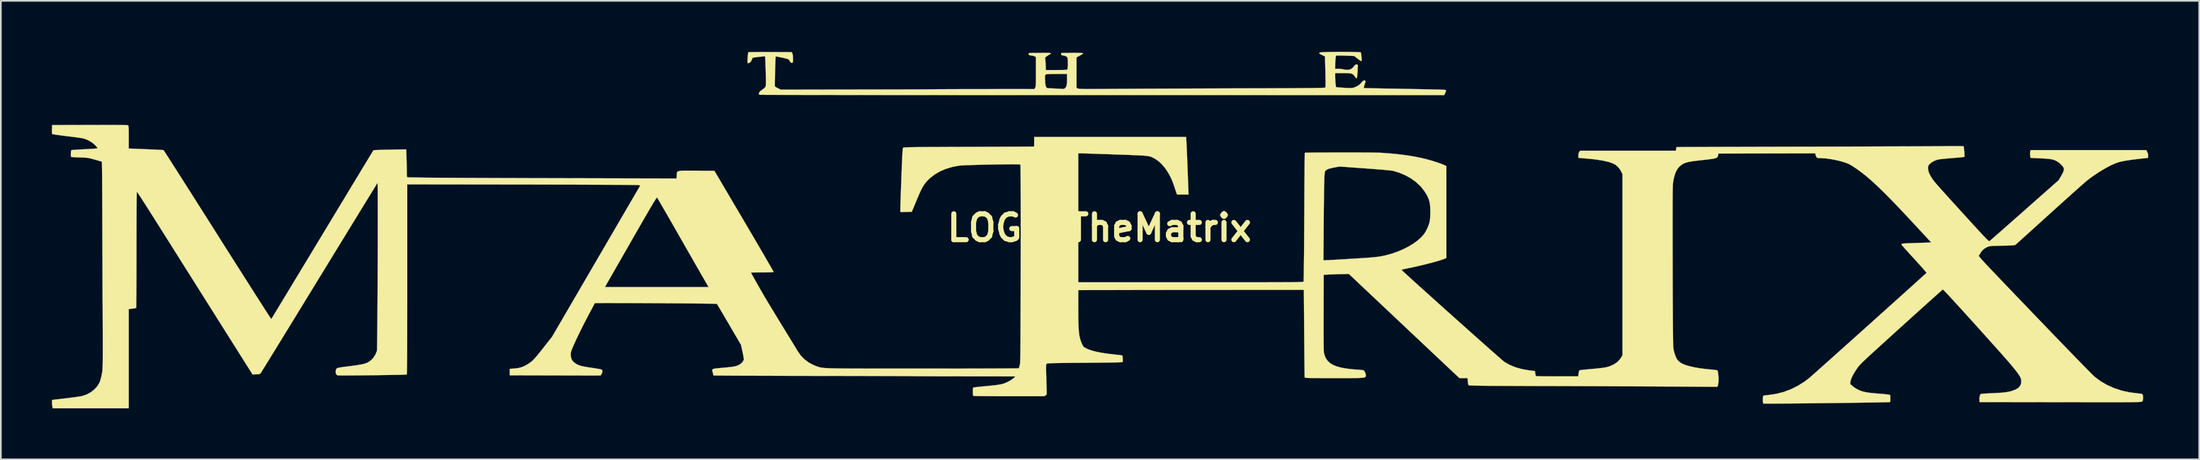
<source format=kicad_pcb>
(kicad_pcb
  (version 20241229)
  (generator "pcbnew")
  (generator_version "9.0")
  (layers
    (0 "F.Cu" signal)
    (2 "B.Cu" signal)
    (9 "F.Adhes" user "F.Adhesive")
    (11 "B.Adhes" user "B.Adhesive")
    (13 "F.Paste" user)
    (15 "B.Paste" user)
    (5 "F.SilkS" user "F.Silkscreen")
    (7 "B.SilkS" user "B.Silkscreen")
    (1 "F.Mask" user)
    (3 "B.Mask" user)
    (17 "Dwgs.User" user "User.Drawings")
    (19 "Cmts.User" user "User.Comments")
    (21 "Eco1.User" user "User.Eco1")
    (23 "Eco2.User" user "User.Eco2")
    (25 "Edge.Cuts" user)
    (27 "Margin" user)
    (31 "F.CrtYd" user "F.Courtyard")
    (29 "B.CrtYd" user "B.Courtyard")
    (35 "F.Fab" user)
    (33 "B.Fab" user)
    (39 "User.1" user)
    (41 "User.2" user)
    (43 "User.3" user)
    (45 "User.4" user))
  (footprint "LOGO_TheMatrix"
    (layer "F.Cu")
    (at 61.621 10.372)
    (property "Reference" "LOGO_TheMatrix" (at 0 0 0) (layer "F.SilkS") (effects (font (size 1.524 1.524) (thickness 0.3))))
    (attr through_hole)
    (fp_poly (pts (xy 14.56 -10.366) (xy 14.759 -10.364) (xy 14.94 -10.36) (xy 15.098 -10.356) (xy 15.227 -10.351) (xy 15.32 -10.344) (xy 15.372 -10.336) (xy 15.38 -10.331) (xy 15.391 -10.283) (xy 15.402 -10.204) (xy 15.412 -10.107) (xy 15.42 -10.007) (xy 15.425 -9.918) (xy 15.425 -9.851) (xy 15.42 -9.823) (xy 15.394 -9.83) (xy 15.337 -9.862) (xy 15.26 -9.916) (xy 15.194 -9.965) (xy 14.987 -10.127) (xy 14.464 -10.146) (xy 14.306 -10.151) (xy 14.165 -10.153) (xy 14.05 -10.154) (xy 13.969 -10.153) (xy 13.928 -10.15) (xy 13.925 -10.149) (xy 13.91 -10.11) (xy 13.897 -10.031) (xy 13.885 -9.922) (xy 13.876 -9.791) (xy 13.871 -9.65) (xy 13.871 -9.608) (xy 13.868 -9.373) (xy 14.04 -9.373) (xy 14.16 -9.367) (xy 14.294 -9.35) (xy 14.391 -9.331) (xy 14.569 -9.306) (xy 14.719 -9.323) (xy 14.845 -9.382) (xy 14.951 -9.486) (xy 14.984 -9.532) (xy 15.036 -9.597) (xy 15.088 -9.624) (xy 15.116 -9.627) (xy 15.171 -9.62) (xy 15.198 -9.607) (xy 15.202 -9.574) (xy 15.201 -9.501) (xy 15.197 -9.401) (xy 15.191 -9.282) (xy 15.182 -9.158) (xy 15.172 -9.037) (xy 15.162 -8.932) (xy 15.152 -8.853) (xy 15.144 -8.811) (xy 15.142 -8.807) (xy 15.118 -8.815) (xy 15.076 -8.856) (xy 15.038 -8.905) (xy 14.985 -8.975) (xy 14.937 -9.028) (xy 14.883 -9.066) (xy 14.818 -9.092) (xy 14.732 -9.107) (xy 14.617 -9.115) (xy 14.465 -9.118) (xy 14.332 -9.119) (xy 13.868 -9.119) (xy 13.869 -8.884) (xy 13.872 -8.765) (xy 13.879 -8.639) (xy 13.889 -8.517) (xy 13.9 -8.412) (xy 13.913 -8.333) (xy 13.925 -8.292) (xy 13.926 -8.29) (xy 13.954 -8.285) (xy 14.025 -8.278) (xy 14.129 -8.27) (xy 14.259 -8.261) (xy 14.388 -8.253) (xy 14.559 -8.244) (xy 14.689 -8.239) (xy 14.786 -8.239) (xy 14.861 -8.244) (xy 14.921 -8.253) (xy 14.969 -8.266) (xy 15.127 -8.329) (xy 15.27 -8.417) (xy 15.382 -8.521) (xy 15.411 -8.559) (xy 15.486 -8.643) (xy 15.564 -8.683) (xy 15.632 -8.678) (xy 15.648 -8.664) (xy 15.65 -8.632) (xy 15.638 -8.572) (xy 15.61 -8.475) (xy 15.605 -8.457) (xy 15.577 -8.362) (xy 15.558 -8.288) (xy 15.55 -8.246) (xy 15.551 -8.24) (xy 15.577 -8.238) (xy 15.651 -8.236) (xy 15.768 -8.232) (xy 15.925 -8.229) (xy 16.118 -8.224) (xy 16.344 -8.219) (xy 16.6 -8.214) (xy 16.88 -8.208) (xy 17.183 -8.203) (xy 17.504 -8.197) (xy 17.84 -8.191) (xy 17.845 -8.191) (xy 18.185 -8.185) (xy 18.512 -8.178) (xy 18.823 -8.172) (xy 19.114 -8.167) (xy 19.381 -8.161) (xy 19.62 -8.156) (xy 19.827 -8.151) (xy 19.999 -8.147) (xy 20.132 -8.143) (xy 20.222 -8.14) (xy 20.263 -8.137) (xy 20.337 -8.125) (xy 20.386 -8.108) (xy 20.396 -8.096) (xy 20.386 -8.058) (xy 20.361 -7.993) (xy 20.341 -7.946) (xy 20.286 -7.823) (xy 0.154 -7.824) (xy -0.856 -7.824) (xy -1.853 -7.824) (xy -2.837 -7.824) (xy -3.806 -7.824) (xy -4.759 -7.824) (xy -5.694 -7.825) (xy -6.611 -7.825) (xy -7.509 -7.825) (xy -8.385 -7.826) (xy -9.24 -7.826) (xy -10.071 -7.827) (xy -10.878 -7.827) (xy -11.658 -7.828) (xy -12.412 -7.828) (xy -13.138 -7.829) (xy -13.835 -7.829) (xy -14.5 -7.83) (xy -15.134 -7.831) (xy -15.735 -7.832) (xy -16.302 -7.832) (xy -16.834 -7.833) (xy -17.328 -7.834) (xy -17.785 -7.835) (xy -18.203 -7.836) (xy -18.581 -7.837) (xy -18.917 -7.837) (xy -19.21 -7.838) (xy -19.46 -7.839) (xy -19.664 -7.84) (xy -19.822 -7.841) (xy -19.933 -7.842) (xy -19.995 -7.843) (xy -20.008 -7.844) (xy -20.029 -7.884) (xy -20.021 -7.946) (xy -19.988 -8.012) (xy -19.972 -8.033) (xy -19.925 -8.074) (xy -19.854 -8.128) (xy -19.797 -8.166) (xy -19.713 -8.23) (xy -19.653 -8.297) (xy -19.637 -8.325) (xy -19.628 -8.358) (xy -19.622 -8.411) (xy -19.618 -8.489) (xy -19.616 -8.597) (xy -19.617 -8.739) (xy -19.621 -8.921) (xy -19.626 -9.146) (xy -19.629 -9.244) (xy -19.635 -9.445) (xy -19.641 -9.631) (xy -19.648 -9.794) (xy -19.654 -9.928) (xy -19.66 -10.028) (xy -19.665 -10.087) (xy -19.668 -10.101) (xy -19.696 -10.103) (xy -19.764 -10.099) (xy -19.86 -10.091) (xy -19.972 -10.08) (xy -20.09 -10.067) (xy -20.203 -10.053) (xy -20.299 -10.04) (xy -20.367 -10.029) (xy -20.395 -10.021) (xy -20.413 -9.992) (xy -20.438 -9.933) (xy -20.447 -9.905) (xy -20.495 -9.809) (xy -20.563 -9.739) (xy -20.639 -9.704) (xy -20.657 -9.703) (xy -20.678 -9.705) (xy -20.692 -9.718) (xy -20.699 -9.749) (xy -20.7 -9.807) (xy -20.697 -9.9) (xy -20.69 -10.014) (xy -20.682 -10.135) (xy -20.672 -10.238) (xy -20.662 -10.311) (xy -20.654 -10.344) (xy -20.653 -10.344) (xy -20.625 -10.348) (xy -20.551 -10.351) (xy -20.435 -10.354) (xy -20.284 -10.356) (xy -20.102 -10.357) (xy -19.893 -10.358) (xy -19.663 -10.358) (xy -19.416 -10.357) (xy -19.366 -10.357) (xy -18.098 -10.351) (xy -18.061 -10.274) (xy -18.042 -10.213) (xy -18.03 -10.122) (xy -18.023 -10.016) (xy -18.022 -9.909) (xy -18.027 -9.815) (xy -18.039 -9.749) (xy -18.05 -9.727) (xy -18.093 -9.715) (xy -18.147 -9.744) (xy -18.203 -9.808) (xy -18.23 -9.853) (xy -18.249 -9.888) (xy -18.271 -9.914) (xy -18.303 -9.935) (xy -18.355 -9.955) (xy -18.433 -9.976) (xy -18.546 -10.003) (xy -18.654 -10.027) (xy -18.786 -10.055) (xy -18.899 -10.078) (xy -18.984 -10.094) (xy -19.034 -10.101) (xy -19.042 -10.1) (xy -19.046 -10.072) (xy -19.051 -10.001) (xy -19.056 -9.893) (xy -19.061 -9.756) (xy -19.067 -9.597) (xy -19.072 -9.422) (xy -19.077 -9.24) (xy -19.082 -9.056) (xy -19.086 -8.879) (xy -19.089 -8.716) (xy -19.091 -8.573) (xy -19.092 -8.458) (xy -19.092 -8.378) (xy -19.09 -8.34) (xy -19.089 -8.338) (xy -19.061 -8.311) (xy -18.999 -8.272) (xy -18.916 -8.229) (xy -18.906 -8.224) (xy -18.736 -8.144) (xy -14.238 -8.152) (xy -13.763 -8.152) (xy -13.301 -8.153) (xy -12.855 -8.154) (xy -12.426 -8.155) (xy -12.019 -8.156) (xy -11.636 -8.157) (xy -11.278 -8.158) (xy -10.949 -8.159) (xy -10.652 -8.16) (xy -10.389 -8.161) (xy -10.162 -8.162) (xy -9.974 -8.163) (xy -9.828 -8.164) (xy -9.727 -8.165) (xy -9.673 -8.166) (xy -9.665 -8.166) (xy -9.63 -8.167) (xy -9.547 -8.168) (xy -9.42 -8.169) (xy -9.253 -8.17) (xy -9.048 -8.171) (xy -8.808 -8.172) (xy -8.538 -8.173) (xy -8.24 -8.174) (xy -7.917 -8.175) (xy -7.574 -8.175) (xy -7.212 -8.176) (xy -6.837 -8.176) (xy -6.705 -8.176) (xy -3.821 -8.179) (xy -3.777 -8.253) (xy -3.766 -8.277) (xy -3.756 -8.31) (xy -3.749 -8.356) (xy -3.743 -8.421) (xy -3.739 -8.51) (xy -3.736 -8.629) (xy -3.735 -8.783) (xy -3.734 -8.86) (xy -3.201 -8.86) (xy -3.197 -8.744) (xy -3.195 -8.697) (xy -3.186 -8.535) (xy -3.171 -8.418) (xy -3.151 -8.337) (xy -3.14 -8.312) (xy -3.108 -8.261) (xy -3.07 -8.236) (xy -3.006 -8.228) (xy -2.977 -8.227) (xy -2.911 -8.224) (xy -2.807 -8.22) (xy -2.677 -8.213) (xy -2.534 -8.206) (xy -2.39 -8.198) (xy -2.258 -8.191) (xy -2.151 -8.184) (xy -2.132 -8.183) (xy -2.06 -8.201) (xy -2.013 -8.236) (xy -1.97 -8.29) (xy -1.94 -8.354) (xy -1.92 -8.436) (xy -1.909 -8.546) (xy -1.905 -8.694) (xy -1.905 -8.752) (xy -1.905 -9.068) (xy -2.51 -9.068) (xy -2.714 -9.067) (xy -2.873 -9.065) (xy -2.991 -9.061) (xy -3.075 -9.055) (xy -3.129 -9.046) (xy -3.159 -9.035) (xy -3.161 -9.034) (xy -3.181 -9.015) (xy -3.193 -8.985) (xy -3.2 -8.937) (xy -3.201 -8.86) (xy -3.734 -8.86) (xy -3.734 -8.977) (xy -3.734 -9.192) (xy -3.734 -10.057) (xy -3.798 -10.099) (xy -3.86 -10.126) (xy -3.948 -10.148) (xy -4.008 -10.157) (xy -4.09 -10.168) (xy -4.133 -10.182) (xy -4.15 -10.205) (xy -4.153 -10.236) (xy -4.153 -10.3) (xy -3.499 -10.306) (xy -3.28 -10.308) (xy -3.103 -10.307) (xy -2.971 -10.304) (xy -2.885 -10.298) (xy -2.847 -10.29) (xy -2.845 -10.288) (xy -2.865 -10.261) (xy -2.916 -10.227) (xy -2.927 -10.221) (xy -3.002 -10.176) (xy -3.083 -10.12) (xy -3.099 -10.109) (xy -3.188 -10.039) (xy -3.171 -9.776) (xy -3.164 -9.652) (xy -3.158 -9.534) (xy -3.154 -9.441) (xy -3.152 -9.404) (xy -3.15 -9.296) (xy -2.532 -9.296) (xy -2.319 -9.297) (xy -2.152 -9.3) (xy -2.029 -9.304) (xy -1.945 -9.311) (xy -1.898 -9.32) (xy -1.885 -9.327) (xy -1.872 -9.364) (xy -1.863 -9.44) (xy -1.857 -9.543) (xy -1.854 -9.66) (xy -1.855 -9.779) (xy -1.859 -9.889) (xy -1.867 -9.976) (xy -1.878 -10.03) (xy -1.88 -10.034) (xy -1.943 -10.101) (xy -2.05 -10.144) (xy -2.134 -10.159) (xy -2.205 -10.171) (xy -2.238 -10.19) (xy -2.248 -10.225) (xy -2.248 -10.236) (xy -2.248 -10.3) (xy -1.615 -10.307) (xy -1.431 -10.308) (xy -1.268 -10.307) (xy -1.134 -10.304) (xy -1.033 -10.3) (xy -0.973 -10.294) (xy -0.958 -10.29) (xy -0.968 -10.267) (xy -1.018 -10.228) (xy -1.105 -10.176) (xy -1.14 -10.156) (xy -1.345 -10.046) (xy -1.346 -9.153) (xy -1.346 -8.261) (xy -1.28 -8.217) (xy -1.266 -8.21) (xy -1.245 -8.203) (xy -1.215 -8.197) (xy -1.173 -8.192) (xy -1.115 -8.189) (xy -1.038 -8.186) (xy -0.938 -8.183) (xy -0.813 -8.182) (xy -0.658 -8.181) (xy -0.471 -8.181) (xy -0.248 -8.182) (xy 0.013 -8.183) (xy 0.318 -8.185) (xy 0.668 -8.188) (xy 0.873 -8.189) (xy 1.116 -8.191) (xy 1.406 -8.192) (xy 1.739 -8.194) (xy 2.111 -8.196) (xy 2.518 -8.198) (xy 2.957 -8.2) (xy 3.424 -8.202) (xy 3.914 -8.204) (xy 4.424 -8.206) (xy 4.95 -8.208) (xy 5.489 -8.21) (xy 6.035 -8.212) (xy 6.586 -8.214) (xy 7.137 -8.216) (xy 7.685 -8.218) (xy 8.103 -8.219) (xy 8.72 -8.221) (xy 9.289 -8.222) (xy 9.811 -8.224) (xy 10.287 -8.226) (xy 10.72 -8.228) (xy 11.112 -8.229) (xy 11.464 -8.231) (xy 11.778 -8.233) (xy 12.056 -8.235) (xy 12.301 -8.237) (xy 12.513 -8.24) (xy 12.695 -8.242) (xy 12.848 -8.245) (xy 12.975 -8.247) (xy 13.077 -8.25) (xy 13.156 -8.253) (xy 13.214 -8.257) (xy 13.253 -8.26) (xy 13.275 -8.264) (xy 13.281 -8.267) (xy 13.29 -8.283) (xy 13.297 -8.316) (xy 13.301 -8.37) (xy 13.304 -8.449) (xy 13.305 -8.558) (xy 13.304 -8.703) (xy 13.3 -8.888) (xy 13.295 -9.117) (xy 13.293 -9.198) (xy 13.271 -10.096) (xy 13.112 -10.176) (xy 13.014 -10.225) (xy 12.957 -10.259) (xy 12.933 -10.283) (xy 12.938 -10.304) (xy 12.965 -10.327) (xy 12.965 -10.327) (xy 13.002 -10.336) (xy 13.081 -10.343) (xy 13.199 -10.35) (xy 13.348 -10.355) (xy 13.522 -10.36) (xy 13.715 -10.363) (xy 13.922 -10.365) (xy 14.136 -10.367) (xy 14.351 -10.367) (xy 14.56 -10.366)) (stroke (width 0.01) (type solid)) (fill yes) (layer "F.SilkS"))
    (fp_poly (pts (xy -58.214 -6.065) (xy -57.917 -6.064) (xy -57.67 -6.062) (xy -57.47 -6.06) (xy -57.319 -6.056) (xy -57.216 -6.052) (xy -57.159 -6.047) (xy -57.149 -6.044) (xy -57.134 -6.034) (xy -57.122 -6.017) (xy -57.114 -5.988) (xy -57.107 -5.94) (xy -57.103 -5.868) (xy -57.101 -5.765) (xy -57.1 -5.626) (xy -57.099 -5.445) (xy -57.099 -5.346) (xy -57.099 -4.674) (xy -57.029 -4.674) (xy -56.979 -4.673) (xy -56.887 -4.67) (xy -56.761 -4.665) (xy -56.608 -4.659) (xy -56.435 -4.652) (xy -56.247 -4.644) (xy -56.053 -4.635) (xy -55.858 -4.626) (xy -55.67 -4.618) (xy -55.495 -4.61) (xy -55.34 -4.602) (xy -55.212 -4.596) (xy -55.118 -4.59) (xy -55.064 -4.587) (xy -55.054 -4.586) (xy -55.038 -4.564) (xy -54.996 -4.501) (xy -54.93 -4.399) (xy -54.84 -4.259) (xy -54.727 -4.084) (xy -54.594 -3.876) (xy -54.441 -3.636) (xy -54.269 -3.367) (xy -54.079 -3.069) (xy -53.874 -2.746) (xy -53.653 -2.399) (xy -53.418 -2.029) (xy -53.171 -1.639) (xy -52.912 -1.231) (xy -52.643 -0.807) (xy -52.365 -0.368) (xy -52.079 0.084) (xy -51.879 0.401) (xy -51.588 0.861) (xy -51.305 1.308) (xy -51.03 1.742) (xy -50.764 2.161) (xy -50.509 2.562) (xy -50.266 2.945) (xy -50.036 3.306) (xy -49.821 3.645) (xy -49.621 3.959) (xy -49.437 4.246) (xy -49.272 4.505) (xy -49.125 4.734) (xy -48.999 4.93) (xy -48.894 5.092) (xy -48.812 5.218) (xy -48.754 5.306) (xy -48.721 5.354) (xy -48.713 5.364) (xy -48.699 5.341) (xy -48.659 5.276) (xy -48.596 5.172) (xy -48.51 5.03) (xy -48.402 4.852) (xy -48.274 4.641) (xy -48.126 4.398) (xy -47.961 4.124) (xy -47.779 3.823) (xy -47.581 3.496) (xy -47.369 3.144) (xy -47.143 2.771) (xy -46.905 2.377) (xy -46.656 1.965) (xy -46.397 1.536) (xy -46.13 1.093) (xy -45.855 0.638) (xy -45.708 0.394) (xy -45.429 -0.067) (xy -45.158 -0.517) (xy -44.894 -0.954) (xy -44.64 -1.375) (xy -44.396 -1.778) (xy -44.164 -2.163) (xy -43.944 -2.526) (xy -43.739 -2.866) (xy -43.548 -3.181) (xy -43.374 -3.47) (xy -43.217 -3.729) (xy -43.078 -3.957) (xy -42.96 -4.153) (xy -42.862 -4.314) (xy -42.786 -4.438) (xy -42.734 -4.524) (xy -42.706 -4.569) (xy -42.702 -4.576) (xy -42.673 -4.58) (xy -42.6 -4.585) (xy -42.487 -4.59) (xy -42.34 -4.596) (xy -42.165 -4.601) (xy -41.968 -4.606) (xy -41.754 -4.611) (xy -41.73 -4.611) (xy -40.775 -4.629) (xy -40.758 -4.089) (xy -40.753 -3.906) (xy -40.749 -3.72) (xy -40.745 -3.544) (xy -40.743 -3.392) (xy -40.742 -3.276) (xy -40.742 -3.272) (xy -40.74 -3.137) (xy -40.733 -3.048) (xy -40.722 -2.999) (xy -40.71 -2.986) (xy -40.679 -2.982) (xy -40.608 -2.979) (xy -40.496 -2.976) (xy -40.343 -2.973) (xy -40.148 -2.97) (xy -39.91 -2.967) (xy -39.629 -2.964) (xy -39.305 -2.961) (xy -38.936 -2.958) (xy -38.523 -2.955) (xy -38.065 -2.953) (xy -37.561 -2.95) (xy -37.011 -2.948) (xy -36.413 -2.945) (xy -35.769 -2.943) (xy -35.076 -2.94) (xy -34.335 -2.938) (xy -33.545 -2.935) (xy -32.706 -2.933) (xy -31.816 -2.931) (xy -31.544 -2.93) (xy -24.873 -2.913) (xy -24.862 -3.098) (xy -24.859 -3.164) (xy -24.856 -3.219) (xy -24.847 -3.264) (xy -24.829 -3.3) (xy -24.798 -3.327) (xy -24.748 -3.347) (xy -24.675 -3.361) (xy -24.576 -3.37) (xy -24.446 -3.374) (xy -24.279 -3.376) (xy -24.073 -3.375) (xy -23.823 -3.373) (xy -23.69 -3.372) (xy -22.647 -3.365) (xy -20.899 -0.398) (xy -20.689 -0.041) (xy -20.486 0.304) (xy -20.293 0.634) (xy -20.109 0.948) (xy -19.938 1.242) (xy -19.779 1.514) (xy -19.636 1.761) (xy -19.509 1.981) (xy -19.399 2.171) (xy -19.309 2.329) (xy -19.239 2.453) (xy -19.192 2.539) (xy -19.168 2.585) (xy -19.165 2.593) (xy -19.194 2.599) (xy -19.268 2.605) (xy -19.38 2.61) (xy -19.526 2.614) (xy -19.698 2.616) (xy -19.839 2.616) (xy -20.016 2.617) (xy -20.175 2.618) (xy -20.309 2.619) (xy -20.412 2.621) (xy -20.477 2.624) (xy -20.498 2.626) (xy -20.486 2.653) (xy -20.451 2.717) (xy -20.398 2.814) (xy -20.329 2.938) (xy -20.248 3.082) (xy -20.158 3.242) (xy -20.062 3.41) (xy -19.964 3.583) (xy -19.866 3.752) (xy -19.773 3.914) (xy -19.687 4.062) (xy -19.648 4.128) (xy -19.576 4.248) (xy -19.482 4.406) (xy -19.368 4.595) (xy -19.239 4.808) (xy -19.099 5.039) (xy -18.951 5.282) (xy -18.799 5.531) (xy -18.647 5.78) (xy -18.593 5.867) (xy -18.45 6.1) (xy -18.313 6.324) (xy -18.184 6.534) (xy -18.066 6.727) (xy -17.962 6.898) (xy -17.874 7.042) (xy -17.806 7.155) (xy -17.759 7.231) (xy -17.743 7.26) (xy -17.566 7.511) (xy -17.351 7.732) (xy -17.101 7.919) (xy -16.82 8.069) (xy -16.635 8.142) (xy -16.591 8.157) (xy -16.55 8.171) (xy -16.511 8.184) (xy -16.471 8.196) (xy -16.428 8.207) (xy -16.381 8.216) (xy -16.327 8.225) (xy -16.264 8.234) (xy -16.19 8.241) (xy -16.103 8.247) (xy -16 8.253) (xy -15.881 8.258) (xy -15.743 8.262) (xy -15.583 8.266) (xy -15.4 8.269) (xy -15.192 8.272) (xy -14.956 8.274) (xy -14.691 8.276) (xy -14.395 8.277) (xy -14.065 8.278) (xy -13.699 8.279) (xy -13.296 8.28) (xy -12.853 8.28) (xy -12.368 8.28) (xy -11.84 8.28) (xy -11.265 8.28) (xy -10.643 8.28) (xy -10.371 8.28) (xy -9.792 8.28) (xy -9.234 8.28) (xy -8.701 8.279) (xy -8.192 8.279) (xy -7.711 8.278) (xy -7.259 8.277) (xy -6.838 8.276) (xy -6.45 8.274) (xy -6.096 8.273) (xy -5.779 8.271) (xy -5.501 8.27) (xy -5.263 8.268) (xy -5.067 8.266) (xy -4.915 8.264) (xy -4.809 8.262) (xy -4.75 8.259) (xy -4.739 8.258) (xy -4.726 8.223) (xy -4.706 8.154) (xy -4.682 8.065) (xy -4.681 8.061) (xy -4.677 8.039) (xy -4.672 8.012) (xy -4.668 7.978) (xy -4.664 7.936) (xy -4.661 7.882) (xy -4.658 7.816) (xy -4.655 7.735) (xy -4.652 7.637) (xy -4.65 7.52) (xy -4.647 7.382) (xy -4.645 7.221) (xy -4.644 7.036) (xy -4.642 6.824) (xy -4.64 6.583) (xy -4.639 6.312) (xy -4.638 6.007) (xy -4.637 5.668) (xy -4.636 5.293) (xy -4.635 4.878) (xy -4.634 4.423) (xy -4.633 3.926) (xy -4.632 3.383) (xy -4.631 2.794) (xy -4.63 2.157) (xy -4.63 2.085) (xy -4.629 1.53) (xy -4.629 0.991) (xy -4.628 0.471) (xy -4.628 -0.03) (xy -4.628 -0.508) (xy -4.629 -0.962) (xy -4.629 -1.39) (xy -4.63 -1.789) (xy -4.631 -2.157) (xy -4.632 -2.492) (xy -4.633 -2.792) (xy -4.634 -3.054) (xy -4.636 -3.278) (xy -4.637 -3.46) (xy -4.639 -3.598) (xy -4.641 -3.691) (xy -4.643 -3.736) (xy -4.644 -3.739) (xy -4.674 -3.744) (xy -4.75 -3.748) (xy -4.867 -3.75) (xy -5.02 -3.751) (xy -5.203 -3.751) (xy -5.413 -3.749) (xy -5.643 -3.747) (xy -5.889 -3.743) (xy -6.146 -3.739) (xy -6.409 -3.734) (xy -6.673 -3.729) (xy -6.933 -3.722) (xy -7.184 -3.716) (xy -7.421 -3.709) (xy -7.638 -3.702) (xy -7.832 -3.695) (xy -7.997 -3.688) (xy -8.128 -3.68) (xy -8.219 -3.673) (xy -8.249 -3.67) (xy -8.657 -3.592) (xy -9.036 -3.478) (xy -9.383 -3.329) (xy -9.696 -3.145) (xy -9.972 -2.928) (xy -10.068 -2.836) (xy -10.158 -2.741) (xy -10.237 -2.648) (xy -10.31 -2.549) (xy -10.38 -2.438) (xy -10.451 -2.309) (xy -10.526 -2.155) (xy -10.61 -1.969) (xy -10.706 -1.745) (xy -10.753 -1.633) (xy -11.036 -0.953) (xy -11.709 -0.938) (xy -11.709 -1.136) (xy -11.708 -1.195) (xy -11.705 -1.301) (xy -11.701 -1.447) (xy -11.695 -1.63) (xy -11.688 -1.844) (xy -11.679 -2.084) (xy -11.67 -2.346) (xy -11.66 -2.625) (xy -11.649 -2.916) (xy -11.646 -3.009) (xy -11.633 -3.349) (xy -11.621 -3.641) (xy -11.611 -3.89) (xy -11.601 -4.098) (xy -11.593 -4.27) (xy -11.585 -4.408) (xy -11.578 -4.515) (xy -11.571 -4.597) (xy -11.563 -4.655) (xy -11.556 -4.694) (xy -11.548 -4.716) (xy -11.543 -4.724) (xy -11.534 -4.729) (xy -11.515 -4.734) (xy -11.485 -4.738) (xy -11.44 -4.742) (xy -11.379 -4.746) (xy -11.3 -4.749) (xy -11.199 -4.752) (xy -11.075 -4.755) (xy -10.925 -4.757) (xy -10.747 -4.76) (xy -10.539 -4.762) (xy -10.298 -4.764) (xy -10.021 -4.766) (xy -9.707 -4.767) (xy -9.354 -4.769) (xy -8.958 -4.771) (xy -8.517 -4.773) (xy -8.03 -4.774) (xy -7.676 -4.775) (xy -7.239 -4.777) (xy -6.817 -4.779) (xy -6.41 -4.78) (xy -6.024 -4.782) (xy -5.66 -4.783) (xy -5.321 -4.785) (xy -5.009 -4.786) (xy -4.729 -4.788) (xy -4.481 -4.789) (xy -4.27 -4.79) (xy -4.098 -4.792) (xy -3.968 -4.793) (xy -3.882 -4.794) (xy -3.844 -4.794) (xy -3.842 -4.795) (xy -3.839 -4.821) (xy -3.837 -4.887) (xy -3.836 -4.983) (xy -3.835 -5.08) (xy -3.835 -5.359) (xy 0.633 -5.359) (xy 5.101 -5.359) (xy 5.116 -5.124) (xy 5.12 -5.052) (xy 5.126 -4.936) (xy 5.133 -4.78) (xy 5.141 -4.591) (xy 5.15 -4.376) (xy 5.16 -4.14) (xy 5.17 -3.889) (xy 5.18 -3.629) (xy 5.182 -3.594) (xy 5.192 -3.336) (xy 5.201 -3.089) (xy 5.21 -2.858) (xy 5.218 -2.649) (xy 5.225 -2.467) (xy 5.231 -2.317) (xy 5.236 -2.207) (xy 5.238 -2.141) (xy 5.238 -2.134) (xy 5.245 -1.968) (xy 4.564 -1.968) (xy 4.457 -2.286) (xy 4.401 -2.453) (xy 4.356 -2.583) (xy 4.318 -2.687) (xy 4.284 -2.774) (xy 4.249 -2.856) (xy 4.209 -2.943) (xy 4.18 -3.004) (xy 4.036 -3.271) (xy 3.869 -3.518) (xy 3.685 -3.737) (xy 3.49 -3.921) (xy 3.29 -4.063) (xy 3.264 -4.078) (xy 3.205 -4.111) (xy 3.152 -4.139) (xy 3.1 -4.164) (xy 3.047 -4.186) (xy 2.988 -4.205) (xy 2.92 -4.221) (xy 2.838 -4.235) (xy 2.739 -4.247) (xy 2.619 -4.258) (xy 2.475 -4.268) (xy 2.302 -4.277) (xy 2.097 -4.287) (xy 1.855 -4.296) (xy 1.574 -4.307) (xy 1.248 -4.318) (xy 0.937 -4.329) (xy 0.629 -4.34) (xy 0.333 -4.35) (xy 0.053 -4.359) (xy -0.207 -4.368) (xy -0.442 -4.376) (xy -0.647 -4.382) (xy -0.819 -4.387) (xy -0.953 -4.391) (xy -1.045 -4.394) (xy -1.086 -4.394) (xy -1.245 -4.394) (xy -1.245 3.2) (xy 5.371 3.2) (xy 6.057 3.2) (xy 6.694 3.2) (xy 7.284 3.2) (xy 7.829 3.2) (xy 8.33 3.2) (xy 8.789 3.2) (xy 9.208 3.199) (xy 9.59 3.199) (xy 9.935 3.198) (xy 10.245 3.197) (xy 10.523 3.197) (xy 10.77 3.195) (xy 10.988 3.194) (xy 11.179 3.193) (xy 11.345 3.191) (xy 11.486 3.19) (xy 11.607 3.188) (xy 11.707 3.185) (xy 11.789 3.183) (xy 11.855 3.18) (xy 11.906 3.177) (xy 11.945 3.174) (xy 11.972 3.171) (xy 11.991 3.167) (xy 12.003 3.163) (xy 12.009 3.158) (xy 12.01 3.156) (xy 12.013 3.125) (xy 12.016 3.046) (xy 12.019 2.921) (xy 12.023 2.753) (xy 12.026 2.543) (xy 12.029 2.294) (xy 12.032 2.009) (xy 12.033 1.905) (xy 13.178 1.905) (xy 13.25 1.905) (xy 13.288 1.903) (xy 13.372 1.899) (xy 13.497 1.892) (xy 13.659 1.883) (xy 13.853 1.872) (xy 14.073 1.859) (xy 14.315 1.845) (xy 14.575 1.829) (xy 14.793 1.816) (xy 15.122 1.796) (xy 15.406 1.778) (xy 15.649 1.762) (xy 15.856 1.747) (xy 16.034 1.733) (xy 16.186 1.719) (xy 16.318 1.704) (xy 16.434 1.688) (xy 16.541 1.671) (xy 16.643 1.652) (xy 16.746 1.631) (xy 16.854 1.606) (xy 16.866 1.603) (xy 17.215 1.507) (xy 17.556 1.387) (xy 17.883 1.247) (xy 18.19 1.09) (xy 18.47 0.92) (xy 18.718 0.739) (xy 18.929 0.551) (xy 19.096 0.36) (xy 19.126 0.318) (xy 19.216 0.168) (xy 19.303 -0.01) (xy 19.376 -0.195) (xy 19.423 -0.347) (xy 19.443 -0.461) (xy 19.457 -0.612) (xy 19.465 -0.787) (xy 19.467 -0.973) (xy 19.463 -1.157) (xy 19.453 -1.326) (xy 19.436 -1.467) (xy 19.435 -1.472) (xy 19.38 -1.677) (xy 19.284 -1.896) (xy 19.151 -2.12) (xy 18.986 -2.342) (xy 18.867 -2.478) (xy 18.615 -2.712) (xy 18.323 -2.922) (xy 17.996 -3.103) (xy 17.64 -3.253) (xy 17.285 -3.362) (xy 17.225 -3.372) (xy 17.119 -3.385) (xy 16.968 -3.401) (xy 16.776 -3.419) (xy 16.546 -3.439) (xy 16.282 -3.46) (xy 15.986 -3.483) (xy 15.662 -3.507) (xy 15.628 -3.509) (xy 14.125 -3.618) (xy 13.817 -3.561) (xy 13.628 -3.522) (xy 13.485 -3.481) (xy 13.381 -3.435) (xy 13.311 -3.384) (xy 13.274 -3.333) (xy 13.266 -3.309) (xy 13.257 -3.27) (xy 13.25 -3.214) (xy 13.243 -3.139) (xy 13.237 -3.042) (xy 13.232 -2.92) (xy 13.227 -2.772) (xy 13.222 -2.594) (xy 13.217 -2.383) (xy 13.213 -2.138) (xy 13.209 -1.856) (xy 13.206 -1.534) (xy 13.202 -1.17) (xy 13.198 -0.762) (xy 13.195 -0.306) (xy 13.193 -0.108) (xy 13.178 1.905) (xy 12.033 1.905) (xy 12.036 1.69) (xy 12.039 1.339) (xy 12.042 0.958) (xy 12.045 0.551) (xy 12.047 0.12) (xy 12.05 -0.334) (xy 12.052 -0.648) (xy 12.054 -1.081) (xy 12.056 -1.5) (xy 12.058 -1.903) (xy 12.061 -2.286) (xy 12.063 -2.646) (xy 12.066 -2.982) (xy 12.068 -3.29) (xy 12.07 -3.567) (xy 12.072 -3.81) (xy 12.074 -4.017) (xy 12.076 -4.185) (xy 12.078 -4.311) (xy 12.08 -4.392) (xy 12.081 -4.425) (xy 12.082 -4.426) (xy 12.108 -4.429) (xy 12.182 -4.432) (xy 12.299 -4.434) (xy 12.456 -4.437) (xy 12.648 -4.439) (xy 12.873 -4.441) (xy 13.127 -4.442) (xy 13.405 -4.443) (xy 13.705 -4.444) (xy 14.022 -4.445) (xy 14.26 -4.445) (xy 14.651 -4.445) (xy 14.995 -4.445) (xy 15.297 -4.444) (xy 15.561 -4.443) (xy 15.791 -4.442) (xy 15.99 -4.44) (xy 16.164 -4.437) (xy 16.316 -4.434) (xy 16.451 -4.43) (xy 16.573 -4.425) (xy 16.685 -4.419) (xy 16.793 -4.412) (xy 16.9 -4.404) (xy 17.01 -4.395) (xy 17.021 -4.394) (xy 17.453 -4.354) (xy 17.844 -4.309) (xy 18.203 -4.259) (xy 18.542 -4.201) (xy 18.869 -4.136) (xy 19.195 -4.06) (xy 19.228 -4.051) (xy 19.413 -4.002) (xy 19.61 -3.944) (xy 19.805 -3.882) (xy 19.988 -3.82) (xy 20.148 -3.762) (xy 20.272 -3.71) (xy 20.293 -3.7) (xy 20.409 -3.645) (xy 20.409 1.765) (xy 20.319 1.807) (xy 20.23 1.843) (xy 20.097 1.887) (xy 19.929 1.939) (xy 19.73 1.995) (xy 19.509 2.055) (xy 19.271 2.116) (xy 19.023 2.178) (xy 18.772 2.237) (xy 18.525 2.294) (xy 18.288 2.345) (xy 18.136 2.376) (xy 18.009 2.402) (xy 17.9 2.426) (xy 17.819 2.446) (xy 17.776 2.461) (xy 17.772 2.463) (xy 17.788 2.482) (xy 17.84 2.532) (xy 17.925 2.612) (xy 18.04 2.718) (xy 18.184 2.85) (xy 18.354 3.005) (xy 18.547 3.18) (xy 18.761 3.374) (xy 18.993 3.583) (xy 19.242 3.807) (xy 19.504 4.043) (xy 19.777 4.289) (xy 20.059 4.542) (xy 20.347 4.801) (xy 20.639 5.062) (xy 20.932 5.325) (xy 21.224 5.586) (xy 21.513 5.844) (xy 21.796 6.097) (xy 22.071 6.342) (xy 22.334 6.576) (xy 22.585 6.799) (xy 22.82 7.007) (xy 23.036 7.199) (xy 23.233 7.372) (xy 23.406 7.525) (xy 23.553 7.654) (xy 23.673 7.758) (xy 23.763 7.835) (xy 23.82 7.882) (xy 23.838 7.895) (xy 24.147 8.067) (xy 24.485 8.205) (xy 24.856 8.309) (xy 25.263 8.38) (xy 25.349 8.391) (xy 25.616 8.421) (xy 25.638 8.548) (xy 25.652 8.627) (xy 25.664 8.688) (xy 25.669 8.706) (xy 25.681 8.713) (xy 25.716 8.72) (xy 25.778 8.725) (xy 25.869 8.729) (xy 25.993 8.732) (xy 26.154 8.735) (xy 26.355 8.736) (xy 26.599 8.737) (xy 26.891 8.738) (xy 26.922 8.738) (xy 28.165 8.738) (xy 28.181 8.617) (xy 28.197 8.506) (xy 28.212 8.436) (xy 28.23 8.397) (xy 28.255 8.377) (xy 28.277 8.371) (xy 28.318 8.365) (xy 28.401 8.356) (xy 28.52 8.343) (xy 28.664 8.329) (xy 28.828 8.314) (xy 28.918 8.306) (xy 29.162 8.283) (xy 29.361 8.263) (xy 29.524 8.245) (xy 29.657 8.227) (xy 29.767 8.208) (xy 29.86 8.188) (xy 29.944 8.165) (xy 30.026 8.138) (xy 30.035 8.134) (xy 30.274 8.026) (xy 30.473 7.887) (xy 30.632 7.716) (xy 30.717 7.582) (xy 30.772 7.48) (xy 30.772 -3.162) (xy 30.705 -3.306) (xy 30.613 -3.461) (xy 30.492 -3.604) (xy 30.358 -3.72) (xy 30.309 -3.751) (xy 30.17 -3.817) (xy 29.986 -3.878) (xy 29.76 -3.935) (xy 29.498 -3.986) (xy 29.204 -4.031) (xy 28.884 -4.068) (xy 28.715 -4.083) (xy 28.181 -4.128) (xy 28.178 -4.267) (xy 28.185 -4.378) (xy 28.212 -4.457) (xy 28.225 -4.477) (xy 28.274 -4.547) (xy 33.908 -4.547) (xy 33.925 -4.649) (xy 33.939 -4.715) (xy 33.953 -4.756) (xy 33.957 -4.761) (xy 33.983 -4.762) (xy 34.058 -4.762) (xy 34.18 -4.763) (xy 34.347 -4.765) (xy 34.556 -4.766) (xy 34.807 -4.767) (xy 35.095 -4.768) (xy 35.421 -4.77) (xy 35.781 -4.771) (xy 36.174 -4.772) (xy 36.597 -4.774) (xy 37.049 -4.775) (xy 37.528 -4.776) (xy 38.031 -4.778) (xy 38.557 -4.779) (xy 39.104 -4.781) (xy 39.669 -4.782) (xy 40.25 -4.783) (xy 40.846 -4.785) (xy 41.237 -4.786) (xy 41.856 -4.787) (xy 42.469 -4.788) (xy 43.074 -4.79) (xy 43.669 -4.791) (xy 44.25 -4.793) (xy 44.816 -4.795) (xy 45.363 -4.796) (xy 45.89 -4.798) (xy 46.394 -4.8) (xy 46.873 -4.801) (xy 47.324 -4.803) (xy 47.744 -4.805) (xy 48.131 -4.806) (xy 48.483 -4.808) (xy 48.798 -4.809) (xy 49.072 -4.811) (xy 49.304 -4.812) (xy 49.49 -4.814) (xy 49.629 -4.815) (xy 49.66 -4.816) (xy 49.955 -4.819) (xy 50.21 -4.82) (xy 50.425 -4.821) (xy 50.596 -4.819) (xy 50.723 -4.816) (xy 50.803 -4.812) (xy 50.835 -4.806) (xy 50.835 -4.806) (xy 50.845 -4.769) (xy 50.855 -4.695) (xy 50.866 -4.598) (xy 50.875 -4.489) (xy 50.882 -4.382) (xy 50.887 -4.287) (xy 50.887 -4.218) (xy 50.882 -4.187) (xy 50.882 -4.187) (xy 50.853 -4.181) (xy 50.78 -4.171) (xy 50.669 -4.159) (xy 50.527 -4.146) (xy 50.362 -4.132) (xy 50.179 -4.117) (xy 50.152 -4.115) (xy 49.959 -4.099) (xy 49.776 -4.082) (xy 49.61 -4.065) (xy 49.471 -4.049) (xy 49.365 -4.034) (xy 49.302 -4.022) (xy 49.301 -4.022) (xy 49.113 -3.953) (xy 48.949 -3.858) (xy 48.83 -3.754) (xy 48.775 -3.685) (xy 48.749 -3.621) (xy 48.743 -3.539) (xy 48.743 -3.537) (xy 48.748 -3.44) (xy 48.765 -3.349) (xy 48.798 -3.253) (xy 48.852 -3.139) (xy 48.926 -3.003) (xy 48.952 -2.959) (xy 48.981 -2.914) (xy 49.017 -2.862) (xy 49.062 -2.803) (xy 49.117 -2.734) (xy 49.185 -2.652) (xy 49.268 -2.555) (xy 49.369 -2.44) (xy 49.488 -2.304) (xy 49.63 -2.146) (xy 49.795 -1.962) (xy 49.986 -1.751) (xy 50.206 -1.509) (xy 50.455 -1.234) (xy 50.686 -0.981) (xy 50.959 -0.681) (xy 51.199 -0.417) (xy 51.41 -0.186) (xy 51.593 0.014) (xy 51.75 0.185) (xy 51.884 0.329) (xy 51.995 0.448) (xy 52.087 0.545) (xy 52.162 0.621) (xy 52.221 0.68) (xy 52.266 0.722) (xy 52.3 0.751) (xy 52.325 0.768) (xy 52.343 0.775) (xy 52.355 0.775) (xy 52.362 0.772) (xy 52.388 0.751) (xy 52.449 0.699) (xy 52.543 0.617) (xy 52.667 0.508) (xy 52.819 0.375) (xy 52.997 0.219) (xy 53.197 0.044) (xy 53.417 -0.15) (xy 53.654 -0.36) (xy 53.907 -0.583) (xy 54.172 -0.816) (xy 54.417 -1.034) (xy 56.422 -2.807) (xy 56.558 -3.033) (xy 56.647 -3.192) (xy 56.706 -3.317) (xy 56.735 -3.416) (xy 56.738 -3.494) (xy 56.735 -3.511) (xy 56.701 -3.58) (xy 56.637 -3.665) (xy 56.551 -3.755) (xy 56.457 -3.837) (xy 56.393 -3.883) (xy 56.303 -3.937) (xy 56.219 -3.981) (xy 56.131 -4.014) (xy 56.031 -4.04) (xy 55.912 -4.06) (xy 55.766 -4.075) (xy 55.584 -4.088) (xy 55.372 -4.099) (xy 54.775 -4.128) (xy 54.753 -4.25) (xy 54.743 -4.361) (xy 54.751 -4.467) (xy 54.753 -4.479) (xy 54.775 -4.585) (xy 61.582 -4.585) (xy 61.64 -4.47) (xy 61.685 -4.343) (xy 61.691 -4.242) (xy 61.684 -4.129) (xy 61.201 -4.074) (xy 60.901 -4.039) (xy 60.646 -4.005) (xy 60.43 -3.973) (xy 60.246 -3.94) (xy 60.089 -3.907) (xy 59.952 -3.871) (xy 59.945 -3.869) (xy 59.756 -3.803) (xy 59.537 -3.706) (xy 59.296 -3.583) (xy 59.041 -3.439) (xy 58.779 -3.278) (xy 58.518 -3.104) (xy 58.265 -2.922) (xy 58.09 -2.786) (xy 58.034 -2.739) (xy 57.943 -2.66) (xy 57.82 -2.553) (xy 57.669 -2.419) (xy 57.492 -2.262) (xy 57.292 -2.083) (xy 57.073 -1.886) (xy 56.836 -1.674) (xy 56.585 -1.448) (xy 56.323 -1.212) (xy 56.053 -0.968) (xy 55.878 -0.81) (xy 55.61 -0.567) (xy 55.352 -0.333) (xy 55.106 -0.11) (xy 54.876 0.098) (xy 54.663 0.29) (xy 54.471 0.464) (xy 54.302 0.617) (xy 54.157 0.747) (xy 54.041 0.852) (xy 53.956 0.929) (xy 53.903 0.976) (xy 53.887 0.991) (xy 53.865 1.002) (xy 53.825 1.012) (xy 53.764 1.02) (xy 53.674 1.026) (xy 53.552 1.032) (xy 53.391 1.036) (xy 53.186 1.041) (xy 53.114 1.042) (xy 52.9 1.047) (xy 52.731 1.051) (xy 52.598 1.055) (xy 52.497 1.061) (xy 52.42 1.068) (xy 52.361 1.077) (xy 52.312 1.089) (xy 52.267 1.104) (xy 52.246 1.112) (xy 52.092 1.192) (xy 51.959 1.298) (xy 51.86 1.417) (xy 51.838 1.457) (xy 51.795 1.534) (xy 51.751 1.598) (xy 51.739 1.613) (xy 51.734 1.62) (xy 51.732 1.628) (xy 51.733 1.64) (xy 51.74 1.656) (xy 51.754 1.679) (xy 51.777 1.71) (xy 51.809 1.75) (xy 51.853 1.802) (xy 51.909 1.866) (xy 51.98 1.944) (xy 52.066 2.038) (xy 52.17 2.149) (xy 52.292 2.279) (xy 52.434 2.43) (xy 52.598 2.603) (xy 52.785 2.799) (xy 52.996 3.02) (xy 53.233 3.268) (xy 53.498 3.545) (xy 53.791 3.851) (xy 54.114 4.189) (xy 54.47 4.559) (xy 54.858 4.964) (xy 55.006 5.118) (xy 55.373 5.501) (xy 55.729 5.871) (xy 56.071 6.227) (xy 56.398 6.566) (xy 56.709 6.888) (xy 57.001 7.19) (xy 57.273 7.471) (xy 57.524 7.729) (xy 57.752 7.963) (xy 57.955 8.171) (xy 58.131 8.351) (xy 58.28 8.501) (xy 58.399 8.62) (xy 58.487 8.706) (xy 58.541 8.758) (xy 58.552 8.767) (xy 58.902 9.027) (xy 59.285 9.249) (xy 59.698 9.432) (xy 60.138 9.575) (xy 60.605 9.678) (xy 61.094 9.739) (xy 61.119 9.741) (xy 61.239 9.753) (xy 61.318 9.771) (xy 61.364 9.806) (xy 61.385 9.864) (xy 61.391 9.955) (xy 61.392 10.006) (xy 61.387 10.104) (xy 61.372 10.167) (xy 61.341 10.211) (xy 61.334 10.217) (xy 61.326 10.223) (xy 61.313 10.228) (xy 61.294 10.232) (xy 61.267 10.237) (xy 61.229 10.24) (xy 61.178 10.244) (xy 61.112 10.247) (xy 61.03 10.249) (xy 60.928 10.251) (xy 60.804 10.253) (xy 60.657 10.255) (xy 60.485 10.256) (xy 60.284 10.257) (xy 60.053 10.258) (xy 59.791 10.258) (xy 59.493 10.258) (xy 59.159 10.258) (xy 58.787 10.258) (xy 58.373 10.258) (xy 57.916 10.257) (xy 57.414 10.256) (xy 56.865 10.256) (xy 56.534 10.255) (xy 51.778 10.249) (xy 51.77 10.147) (xy 51.768 10.036) (xy 51.78 9.928) (xy 51.802 9.839) (xy 51.823 9.797) (xy 51.841 9.784) (xy 51.875 9.773) (xy 51.931 9.764) (xy 52.016 9.756) (xy 52.133 9.748) (xy 52.29 9.739) (xy 52.492 9.73) (xy 52.514 9.729) (xy 52.779 9.716) (xy 53 9.703) (xy 53.185 9.687) (xy 53.342 9.668) (xy 53.477 9.644) (xy 53.598 9.616) (xy 53.713 9.583) (xy 53.73 9.577) (xy 53.918 9.501) (xy 54.059 9.411) (xy 54.156 9.305) (xy 54.212 9.179) (xy 54.228 9.037) (xy 54.227 8.989) (xy 54.221 8.94) (xy 54.21 8.89) (xy 54.192 8.835) (xy 54.164 8.775) (xy 54.127 8.706) (xy 54.077 8.628) (xy 54.014 8.537) (xy 53.936 8.433) (xy 53.841 8.312) (xy 53.727 8.174) (xy 53.593 8.015) (xy 53.438 7.834) (xy 53.259 7.629) (xy 53.055 7.398) (xy 52.825 7.139) (xy 52.566 6.85) (xy 52.278 6.528) (xy 51.959 6.173) (xy 51.712 5.898) (xy 51.416 5.569) (xy 51.136 5.261) (xy 50.876 4.973) (xy 50.636 4.709) (xy 50.417 4.469) (xy 50.221 4.255) (xy 50.05 4.07) (xy 49.905 3.913) (xy 49.788 3.789) (xy 49.699 3.697) (xy 49.642 3.639) (xy 49.616 3.617) (xy 49.615 3.617) (xy 49.593 3.636) (xy 49.535 3.686) (xy 49.444 3.767) (xy 49.322 3.875) (xy 49.172 4.01) (xy 48.995 4.168) (xy 48.794 4.348) (xy 48.572 4.549) (xy 48.33 4.767) (xy 48.071 5.001) (xy 47.796 5.248) (xy 47.509 5.508) (xy 47.212 5.777) (xy 47.169 5.816) (xy 46.818 6.134) (xy 46.502 6.42) (xy 46.22 6.677) (xy 45.969 6.905) (xy 45.747 7.106) (xy 45.553 7.284) (xy 45.384 7.439) (xy 45.238 7.573) (xy 45.114 7.689) (xy 45.008 7.789) (xy 44.919 7.874) (xy 44.846 7.946) (xy 44.785 8.008) (xy 44.735 8.061) (xy 44.693 8.108) (xy 44.658 8.149) (xy 44.628 8.188) (xy 44.6 8.226) (xy 44.575 8.262) (xy 44.431 8.48) (xy 44.317 8.678) (xy 44.236 8.851) (xy 44.188 8.994) (xy 44.178 9.054) (xy 44.164 9.185) (xy 44.301 9.306) (xy 44.397 9.38) (xy 44.514 9.457) (xy 44.615 9.514) (xy 44.727 9.565) (xy 44.841 9.608) (xy 44.964 9.643) (xy 45.103 9.673) (xy 45.266 9.698) (xy 45.461 9.721) (xy 45.695 9.742) (xy 45.845 9.754) (xy 46.045 9.771) (xy 46.214 9.786) (xy 46.35 9.801) (xy 46.447 9.815) (xy 46.5 9.827) (xy 46.508 9.831) (xy 46.52 9.874) (xy 46.527 9.947) (xy 46.53 10.036) (xy 46.529 10.125) (xy 46.523 10.199) (xy 46.513 10.243) (xy 46.51 10.248) (xy 46.48 10.251) (xy 46.404 10.254) (xy 46.283 10.258) (xy 46.123 10.261) (xy 45.925 10.266) (xy 45.694 10.27) (xy 45.433 10.275) (xy 45.145 10.279) (xy 44.835 10.284) (xy 44.504 10.289) (xy 44.157 10.294) (xy 43.798 10.298) (xy 43.429 10.303) (xy 43.054 10.308) (xy 42.677 10.312) (xy 42.3 10.316) (xy 41.928 10.32) (xy 41.564 10.324) (xy 41.211 10.327) (xy 40.873 10.33) (xy 40.553 10.333) (xy 40.254 10.335) (xy 39.981 10.337) (xy 39.736 10.338) (xy 39.523 10.339) (xy 39.346 10.339) (xy 39.207 10.338) (xy 39.11 10.337) (xy 39.06 10.335) (xy 39.053 10.334) (xy 39.039 10.296) (xy 39.031 10.224) (xy 39.028 10.132) (xy 39.029 10.037) (xy 39.035 9.952) (xy 39.046 9.896) (xy 39.053 9.882) (xy 39.087 9.87) (xy 39.162 9.856) (xy 39.264 9.842) (xy 39.383 9.83) (xy 39.816 9.767) (xy 40.247 9.656) (xy 40.669 9.498) (xy 41.077 9.297) (xy 41.466 9.054) (xy 41.732 8.854) (xy 41.769 8.823) (xy 41.84 8.76) (xy 41.944 8.669) (xy 42.078 8.55) (xy 42.239 8.407) (xy 42.425 8.24) (xy 42.635 8.053) (xy 42.865 7.847) (xy 43.114 7.625) (xy 43.379 7.387) (xy 43.658 7.138) (xy 43.948 6.878) (xy 44.248 6.609) (xy 44.555 6.334) (xy 44.866 6.055) (xy 45.18 5.773) (xy 45.493 5.492) (xy 45.805 5.212) (xy 46.112 4.936) (xy 46.412 4.666) (xy 46.703 4.405) (xy 46.983 4.153) (xy 47.249 3.914) (xy 47.499 3.688) (xy 47.731 3.48) (xy 47.942 3.289) (xy 48.13 3.119) (xy 48.293 2.972) (xy 48.429 2.849) (xy 48.534 2.753) (xy 48.608 2.685) (xy 48.647 2.649) (xy 48.653 2.642) (xy 48.64 2.619) (xy 48.595 2.563) (xy 48.523 2.477) (xy 48.427 2.366) (xy 48.31 2.234) (xy 48.176 2.085) (xy 48.028 1.922) (xy 47.945 1.831) (xy 47.789 1.662) (xy 47.644 1.502) (xy 47.513 1.357) (xy 47.399 1.231) (xy 47.307 1.127) (xy 47.24 1.05) (xy 47.202 1.004) (xy 47.195 0.994) (xy 47.183 0.952) (xy 47.211 0.927) (xy 47.213 0.926) (xy 47.249 0.921) (xy 47.329 0.914) (xy 47.446 0.907) (xy 47.593 0.9) (xy 47.763 0.893) (xy 47.949 0.887) (xy 47.981 0.886) (xy 48.174 0.88) (xy 48.355 0.874) (xy 48.518 0.869) (xy 48.654 0.864) (xy 48.755 0.86) (xy 48.815 0.858) (xy 48.818 0.858) (xy 48.931 0.851) (xy 47.919 -0.241) (xy 47.528 -0.661) (xy 47.168 -1.045) (xy 46.835 -1.394) (xy 46.527 -1.712) (xy 46.243 -2) (xy 45.979 -2.26) (xy 45.733 -2.496) (xy 45.502 -2.709) (xy 45.284 -2.902) (xy 45.076 -3.077) (xy 44.877 -3.236) (xy 44.683 -3.381) (xy 44.492 -3.516) (xy 44.301 -3.642) (xy 44.183 -3.715) (xy 44.053 -3.781) (xy 43.882 -3.846) (xy 43.68 -3.909) (xy 43.455 -3.968) (xy 43.218 -4.019) (xy 42.978 -4.061) (xy 42.744 -4.093) (xy 42.527 -4.111) (xy 42.402 -4.114) (xy 42.296 -4.117) (xy 42.229 -4.131) (xy 42.187 -4.164) (xy 42.157 -4.224) (xy 42.137 -4.286) (xy 42.105 -4.394) (xy 36.413 -4.381) (xy 36.392 -4.279) (xy 36.38 -4.229) (xy 36.363 -4.189) (xy 36.334 -4.155) (xy 36.289 -4.127) (xy 36.224 -4.103) (xy 36.132 -4.082) (xy 36.008 -4.062) (xy 35.848 -4.04) (xy 35.647 -4.017) (xy 35.466 -3.997) (xy 35.205 -3.968) (xy 34.989 -3.941) (xy 34.812 -3.915) (xy 34.667 -3.889) (xy 34.548 -3.86) (xy 34.45 -3.828) (xy 34.366 -3.792) (xy 34.29 -3.749) (xy 34.241 -3.716) (xy 34.108 -3.604) (xy 33.999 -3.469) (xy 33.909 -3.303) (xy 33.836 -3.102) (xy 33.776 -2.858) (xy 33.764 -2.794) (xy 33.756 -2.748) (xy 33.749 -2.699) (xy 33.743 -2.642) (xy 33.737 -2.575) (xy 33.733 -2.494) (xy 33.729 -2.395) (xy 33.726 -2.275) (xy 33.724 -2.131) (xy 33.722 -1.959) (xy 33.721 -1.755) (xy 33.72 -1.517) (xy 33.719 -1.24) (xy 33.719 -0.921) (xy 33.719 -0.557) (xy 33.718 -0.33) (xy 33.719 0.273) (xy 33.719 0.864) (xy 33.72 1.441) (xy 33.721 2.003) (xy 33.722 2.546) (xy 33.723 3.069) (xy 33.725 3.569) (xy 33.726 4.045) (xy 33.728 4.493) (xy 33.731 4.913) (xy 33.733 5.302) (xy 33.735 5.657) (xy 33.738 5.977) (xy 33.741 6.259) (xy 33.744 6.502) (xy 33.747 6.703) (xy 33.75 6.859) (xy 33.753 6.97) (xy 33.756 7.032) (xy 33.757 7.036) (xy 33.782 7.193) (xy 33.824 7.358) (xy 33.877 7.517) (xy 33.936 7.655) (xy 33.996 7.757) (xy 33.997 7.758) (xy 34.115 7.88) (xy 34.269 7.981) (xy 34.464 8.064) (xy 34.52 8.083) (xy 34.752 8.148) (xy 35.002 8.204) (xy 35.278 8.253) (xy 35.589 8.294) (xy 35.941 8.331) (xy 35.972 8.334) (xy 36.101 8.347) (xy 36.213 8.359) (xy 36.296 8.371) (xy 36.342 8.38) (xy 36.347 8.382) (xy 36.371 8.421) (xy 36.39 8.501) (xy 36.405 8.611) (xy 36.414 8.739) (xy 36.418 8.876) (xy 36.417 9.01) (xy 36.409 9.132) (xy 36.394 9.231) (xy 36.374 9.294) (xy 36.343 9.352) (xy 34.167 9.337) (xy 33.914 9.335) (xy 33.613 9.334) (xy 33.27 9.332) (xy 32.888 9.33) (xy 32.471 9.328) (xy 32.023 9.326) (xy 31.548 9.324) (xy 31.05 9.322) (xy 30.532 9.32) (xy 30 9.318) (xy 29.456 9.316) (xy 28.906 9.314) (xy 28.352 9.312) (xy 27.798 9.31) (xy 27.25 9.308) (xy 26.873 9.307) (xy 26.26 9.305) (xy 25.696 9.304) (xy 25.179 9.302) (xy 24.707 9.3) (xy 24.278 9.298) (xy 23.89 9.297) (xy 23.541 9.295) (xy 23.23 9.293) (xy 22.955 9.291) (xy 22.713 9.289) (xy 22.503 9.287) (xy 22.322 9.284) (xy 22.17 9.282) (xy 22.043 9.279) (xy 21.94 9.276) (xy 21.859 9.273) (xy 21.799 9.27) (xy 21.757 9.266) (xy 21.731 9.262) (xy 21.72 9.258) (xy 21.72 9.258) (xy 21.698 9.213) (xy 21.681 9.127) (xy 21.672 9.031) (xy 21.66 8.839) (xy 21.422 8.839) (xy 21.184 8.839) (xy 21.011 8.68) (xy 20.974 8.646) (xy 20.902 8.578) (xy 20.797 8.48) (xy 20.661 8.352) (xy 20.497 8.197) (xy 20.306 8.017) (xy 20.09 7.814) (xy 19.852 7.59) (xy 19.593 7.346) (xy 19.316 7.085) (xy 19.023 6.808) (xy 18.715 6.518) (xy 18.395 6.217) (xy 18.065 5.905) (xy 17.756 5.613) (xy 14.673 2.705) (xy 14.252 2.715) (xy 14.078 2.719) (xy 13.89 2.725) (xy 13.709 2.732) (xy 13.554 2.738) (xy 13.513 2.74) (xy 13.195 2.756) (xy 13.189 4.991) (xy 13.188 5.441) (xy 13.187 5.845) (xy 13.188 6.203) (xy 13.189 6.514) (xy 13.191 6.777) (xy 13.194 6.992) (xy 13.197 7.159) (xy 13.202 7.276) (xy 13.207 7.343) (xy 13.208 7.353) (xy 13.262 7.541) (xy 13.341 7.706) (xy 13.45 7.848) (xy 13.59 7.97) (xy 13.765 8.072) (xy 13.977 8.156) (xy 14.229 8.224) (xy 14.523 8.277) (xy 14.863 8.317) (xy 15.057 8.333) (xy 15.198 8.343) (xy 15.325 8.353) (xy 15.427 8.362) (xy 15.495 8.369) (xy 15.513 8.372) (xy 15.565 8.404) (xy 15.614 8.472) (xy 15.652 8.56) (xy 15.671 8.653) (xy 15.672 8.674) (xy 15.672 8.705) (xy 15.669 8.732) (xy 15.661 8.755) (xy 15.643 8.775) (xy 15.613 8.791) (xy 15.567 8.804) (xy 15.502 8.815) (xy 15.413 8.823) (xy 15.299 8.829) (xy 15.154 8.833) (xy 14.977 8.836) (xy 14.763 8.838) (xy 14.509 8.839) (xy 14.212 8.839) (xy 13.868 8.839) (xy 13.792 8.839) (xy 13.442 8.839) (xy 13.14 8.838) (xy 12.883 8.837) (xy 12.668 8.836) (xy 12.491 8.834) (xy 12.35 8.831) (xy 12.242 8.827) (xy 12.164 8.823) (xy 12.113 8.818) (xy 12.085 8.812) (xy 12.078 8.807) (xy 12.076 8.778) (xy 12.074 8.701) (xy 12.072 8.581) (xy 12.07 8.42) (xy 12.067 8.222) (xy 12.064 7.99) (xy 12.061 7.728) (xy 12.058 7.439) (xy 12.055 7.128) (xy 12.052 6.796) (xy 12.049 6.448) (xy 12.047 6.21) (xy 12.027 3.645) (xy 8.534 3.645) (xy 8.041 3.645) (xy 7.513 3.646) (xy 6.957 3.646) (xy 6.381 3.646) (xy 5.792 3.647) (xy 5.2 3.647) (xy 4.61 3.648) (xy 4.031 3.648) (xy 3.471 3.649) (xy 2.937 3.65) (xy 2.437 3.651) (xy 1.979 3.651) (xy 1.899 3.652) (xy -1.245 3.658) (xy -1.244 4.769) (xy -1.243 5.109) (xy -1.24 5.403) (xy -1.234 5.657) (xy -1.225 5.876) (xy -1.211 6.064) (xy -1.194 6.226) (xy -1.171 6.369) (xy -1.143 6.496) (xy -1.108 6.613) (xy -1.067 6.725) (xy -1.018 6.838) (xy -1.005 6.864) (xy -0.967 6.94) (xy -0.929 6.992) (xy -0.877 7.033) (xy -0.798 7.077) (xy -0.754 7.099) (xy -0.582 7.172) (xy -0.374 7.238) (xy -0.128 7.298) (xy 0.16 7.353) (xy 0.492 7.403) (xy 0.872 7.448) (xy 0.938 7.455) (xy 1.074 7.47) (xy 1.193 7.484) (xy 1.284 7.496) (xy 1.339 7.505) (xy 1.351 7.509) (xy 1.361 7.538) (xy 1.368 7.605) (xy 1.372 7.696) (xy 1.372 7.708) (xy 1.372 7.895) (xy 1.187 7.909) (xy 1.133 7.912) (xy 1.032 7.914) (xy 0.889 7.917) (xy 0.709 7.92) (xy 0.494 7.923) (xy 0.25 7.926) (xy -0.02 7.929) (xy -0.31 7.932) (xy -0.616 7.935) (xy -0.935 7.938) (xy -1.029 7.939) (xy -1.4 7.941) (xy -1.723 7.944) (xy -2.002 7.947) (xy -2.241 7.949) (xy -2.441 7.952) (xy -2.608 7.955) (xy -2.743 7.958) (xy -2.851 7.962) (xy -2.935 7.966) (xy -2.997 7.97) (xy -3.042 7.975) (xy -3.073 7.981) (xy -3.092 7.988) (xy -3.104 7.996) (xy -3.104 7.996) (xy -3.116 8.011) (xy -3.125 8.032) (xy -3.131 8.066) (xy -3.135 8.117) (xy -3.137 8.19) (xy -3.137 8.292) (xy -3.135 8.426) (xy -3.131 8.599) (xy -3.124 8.815) (xy -3.121 8.915) (xy -3.095 9.791) (xy -3.162 9.849) (xy -3.229 9.906) (xy -5.278 9.905) (xy -5.598 9.905) (xy -5.903 9.905) (xy -6.191 9.904) (xy -6.457 9.902) (xy -6.697 9.901) (xy -6.908 9.899) (xy -7.086 9.897) (xy -7.225 9.895) (xy -7.324 9.893) (xy -7.377 9.891) (xy -7.385 9.89) (xy -7.412 9.88) (xy -7.429 9.859) (xy -7.438 9.819) (xy -7.441 9.748) (xy -7.442 9.637) (xy -7.442 9.637) (xy -7.441 9.526) (xy -7.438 9.455) (xy -7.429 9.415) (xy -7.412 9.396) (xy -7.386 9.387) (xy -7.385 9.387) (xy -7.344 9.381) (xy -7.26 9.371) (xy -7.142 9.359) (xy -6.998 9.344) (xy -6.837 9.328) (xy -6.769 9.322) (xy -6.521 9.298) (xy -6.318 9.278) (xy -6.152 9.259) (xy -6.016 9.242) (xy -5.905 9.225) (xy -5.812 9.208) (xy -5.73 9.189) (xy -5.653 9.167) (xy -5.612 9.155) (xy -5.493 9.109) (xy -5.361 9.044) (xy -5.229 8.969) (xy -5.11 8.891) (xy -5.02 8.819) (xy -4.994 8.792) (xy -4.945 8.738) (xy -7.864 8.735) (xy -8.247 8.734) (xy -8.616 8.734) (xy -8.97 8.733) (xy -9.304 8.733) (xy -9.615 8.732) (xy -9.9 8.731) (xy -10.156 8.73) (xy -10.379 8.729) (xy -10.565 8.728) (xy -10.712 8.727) (xy -10.816 8.726) (xy -10.874 8.725) (xy -10.884 8.725) (xy -10.919 8.724) (xy -11.003 8.723) (xy -11.132 8.722) (xy -11.305 8.721) (xy -11.519 8.72) (xy -11.77 8.719) (xy -12.057 8.718) (xy -12.378 8.717) (xy -12.728 8.716) (xy -13.107 8.715) (xy -13.512 8.713) (xy -13.939 8.712) (xy -14.387 8.711) (xy -14.853 8.71) (xy -15.335 8.709) (xy -15.829 8.709) (xy -15.85 8.709) (xy -16.359 8.708) (xy -16.865 8.707) (xy -17.364 8.706) (xy -17.851 8.705) (xy -18.326 8.704) (xy -18.783 8.703) (xy -19.221 8.701) (xy -19.635 8.7) (xy -20.023 8.699) (xy -20.381 8.698) (xy -20.707 8.697) (xy -20.997 8.696) (xy -21.248 8.695) (xy -21.456 8.694) (xy -21.619 8.693) (xy -21.706 8.693) (xy -22.698 8.686) (xy -22.732 8.553) (xy -22.753 8.473) (xy -22.769 8.414) (xy -22.775 8.394) (xy -22.77 8.355) (xy -22.753 8.324) (xy -22.734 8.309) (xy -22.699 8.296) (xy -22.64 8.283) (xy -22.553 8.271) (xy -22.43 8.257) (xy -22.267 8.241) (xy -22.14 8.23) (xy -21.92 8.21) (xy -21.743 8.191) (xy -21.602 8.174) (xy -21.49 8.156) (xy -21.399 8.136) (xy -21.323 8.112) (xy -21.254 8.085) (xy -21.205 8.062) (xy -21.103 7.996) (xy -21.012 7.909) (xy -20.945 7.817) (xy -20.917 7.749) (xy -20.918 7.702) (xy -20.929 7.617) (xy -20.948 7.502) (xy -20.975 7.367) (xy -20.994 7.28) (xy -21.084 6.876) (xy -21.783 5.68) (xy -21.915 5.455) (xy -22.039 5.243) (xy -22.154 5.048) (xy -22.256 4.875) (xy -22.343 4.727) (xy -22.414 4.608) (xy -22.465 4.523) (xy -22.494 4.476) (xy -22.5 4.467) (xy -22.527 4.465) (xy -22.602 4.462) (xy -22.721 4.459) (xy -22.879 4.456) (xy -23.075 4.454) (xy -23.304 4.451) (xy -23.562 4.448) (xy -23.847 4.445) (xy -24.154 4.442) (xy -24.481 4.439) (xy -24.823 4.437) (xy -25.178 4.434) (xy -25.541 4.432) (xy -25.909 4.429) (xy -26.28 4.427) (xy -26.648 4.425) (xy -27.011 4.423) (xy -27.365 4.422) (xy -27.707 4.42) (xy -28.034 4.419) (xy -28.341 4.419) (xy -28.625 4.418) (xy -28.882 4.418) (xy -29.11 4.418) (xy -29.305 4.419) (xy -29.463 4.42) (xy -29.58 4.421) (xy -29.654 4.423) (xy -29.68 4.425) (xy -29.693 4.448) (xy -29.727 4.511) (xy -29.778 4.608) (xy -29.845 4.733) (xy -29.924 4.881) (xy -30.011 5.046) (xy -30.05 5.118) (xy -30.319 5.635) (xy -30.559 6.112) (xy -30.768 6.548) (xy -30.946 6.944) (xy -30.964 6.985) (xy -31.021 7.12) (xy -31.06 7.221) (xy -31.084 7.299) (xy -31.096 7.368) (xy -31.1 7.438) (xy -31.1 7.468) (xy -31.081 7.633) (xy -31.026 7.772) (xy -30.93 7.891) (xy -30.789 7.995) (xy -30.705 8.041) (xy -30.633 8.074) (xy -30.552 8.103) (xy -30.455 8.13) (xy -30.333 8.157) (xy -30.181 8.184) (xy -29.992 8.215) (xy -29.807 8.242) (xy -29.656 8.265) (xy -29.52 8.287) (xy -29.408 8.307) (xy -29.328 8.323) (xy -29.293 8.332) (xy -29.248 8.375) (xy -29.235 8.446) (xy -29.255 8.534) (xy -29.288 8.601) (xy -29.341 8.687) (xy -32.012 8.681) (xy -34.684 8.674) (xy -34.684 8.293) (xy -34.43 8.277) (xy -34.197 8.25) (xy -33.986 8.196) (xy -33.785 8.111) (xy -33.581 7.99) (xy -33.408 7.863) (xy -33.347 7.811) (xy -33.278 7.743) (xy -33.196 7.656) (xy -33.099 7.543) (xy -32.983 7.402) (xy -32.843 7.227) (xy -32.715 7.065) (xy -32.194 6.403) (xy -30.492 3.48) (xy -29.087 3.48) (xy -22.989 3.48) (xy -23.314 2.915) (xy -23.376 2.808) (xy -23.46 2.661) (xy -23.564 2.478) (xy -23.687 2.265) (xy -23.825 2.024) (xy -23.975 1.76) (xy -24.137 1.479) (xy -24.306 1.183) (xy -24.481 0.877) (xy -24.659 0.566) (xy -24.815 0.292) (xy -24.986 -0.006) (xy -25.149 -0.292) (xy -25.304 -0.562) (xy -25.449 -0.814) (xy -25.582 -1.044) (xy -25.7 -1.249) (xy -25.803 -1.427) (xy -25.888 -1.573) (xy -25.953 -1.685) (xy -25.998 -1.76) (xy -26.019 -1.795) (xy -26.02 -1.797) (xy -26.031 -1.792) (xy -26.053 -1.765) (xy -26.088 -1.715) (xy -26.136 -1.639) (xy -26.2 -1.537) (xy -26.28 -1.405) (xy -26.376 -1.242) (xy -26.491 -1.047) (xy -26.625 -0.817) (xy -26.779 -0.551) (xy -26.955 -0.246) (xy -27.152 0.098) (xy -27.374 0.483) (xy -27.471 0.652) (xy -27.66 0.983) (xy -27.844 1.304) (xy -28.021 1.612) (xy -28.188 1.904) (xy -28.344 2.177) (xy -28.488 2.428) (xy -28.617 2.654) (xy -28.73 2.851) (xy -28.825 3.018) (xy -28.901 3.15) (xy -28.955 3.245) (xy -28.986 3.3) (xy -28.99 3.307) (xy -29.087 3.48) (xy -30.492 3.48) (xy -29.601 1.95) (xy -27.007 -2.502) (xy -27.099 -2.525) (xy -27.133 -2.528) (xy -27.217 -2.53) (xy -27.348 -2.532) (xy -27.525 -2.534) (xy -27.747 -2.537) (xy -28.011 -2.539) (xy -28.317 -2.541) (xy -28.663 -2.543) (xy -29.048 -2.545) (xy -29.469 -2.547) (xy -29.925 -2.548) (xy -30.414 -2.55) (xy -30.936 -2.552) (xy -31.488 -2.553) (xy -32.069 -2.554) (xy -32.677 -2.556) (xy -33.311 -2.557) (xy -33.953 -2.558) (xy -40.716 -2.567) (xy -40.716 3.021) (xy -40.716 3.671) (xy -40.716 4.273) (xy -40.717 4.827) (xy -40.717 5.335) (xy -40.718 5.799) (xy -40.718 6.221) (xy -40.719 6.603) (xy -40.72 6.945) (xy -40.721 7.25) (xy -40.723 7.519) (xy -40.724 7.755) (xy -40.726 7.958) (xy -40.728 8.131) (xy -40.73 8.275) (xy -40.733 8.392) (xy -40.736 8.483) (xy -40.739 8.551) (xy -40.742 8.596) (xy -40.745 8.621) (xy -40.748 8.628) (xy -40.778 8.631) (xy -40.854 8.635) (xy -40.971 8.639) (xy -41.125 8.643) (xy -41.311 8.647) (xy -41.524 8.651) (xy -41.76 8.655) (xy -42.014 8.659) (xy -42.281 8.663) (xy -42.557 8.667) (xy -42.836 8.67) (xy -43.114 8.673) (xy -43.387 8.676) (xy -43.65 8.678) (xy -43.897 8.68) (xy -44.125 8.682) (xy -44.329 8.682) (xy -44.503 8.683) (xy -44.644 8.682) (xy -44.746 8.681) (xy -44.805 8.678) (xy -44.816 8.677) (xy -44.875 8.638) (xy -44.913 8.563) (xy -44.926 8.465) (xy -44.921 8.411) (xy -44.912 8.361) (xy -44.901 8.321) (xy -44.881 8.29) (xy -44.848 8.264) (xy -44.796 8.242) (xy -44.72 8.223) (xy -44.613 8.204) (xy -44.47 8.184) (xy -44.286 8.16) (xy -44.145 8.142) (xy -43.897 8.109) (xy -43.694 8.081) (xy -43.528 8.055) (xy -43.393 8.031) (xy -43.284 8.006) (xy -43.193 7.98) (xy -43.115 7.952) (xy -43.042 7.919) (xy -43.023 7.91) (xy -42.861 7.801) (xy -42.717 7.652) (xy -42.597 7.471) (xy -42.508 7.267) (xy -42.499 7.239) (xy -42.496 7.204) (xy -42.493 7.122) (xy -42.49 6.996) (xy -42.487 6.829) (xy -42.484 6.623) (xy -42.481 6.382) (xy -42.478 6.11) (xy -42.475 5.807) (xy -42.472 5.479) (xy -42.469 5.127) (xy -42.467 4.754) (xy -42.464 4.365) (xy -42.462 3.96) (xy -42.46 3.544) (xy -42.458 3.12) (xy -42.456 2.689) (xy -42.454 2.256) (xy -42.453 1.824) (xy -42.452 1.394) (xy -42.45 0.971) (xy -42.45 0.557) (xy -42.449 0.154) (xy -42.449 -0.233) (xy -42.448 -0.602) (xy -42.449 -0.95) (xy -42.449 -1.274) (xy -42.45 -1.572) (xy -42.451 -1.84) (xy -42.452 -2.075) (xy -42.453 -2.274) (xy -42.455 -2.434) (xy -42.458 -2.553) (xy -42.46 -2.628) (xy -42.463 -2.654) (xy -42.463 -2.654) (xy -42.479 -2.631) (xy -42.519 -2.566) (xy -42.584 -2.461) (xy -42.672 -2.318) (xy -42.782 -2.139) (xy -42.913 -1.926) (xy -43.064 -1.681) (xy -43.234 -1.405) (xy -43.421 -1.1) (xy -43.624 -0.768) (xy -43.843 -0.411) (xy -44.076 -0.031) (xy -44.322 0.371) (xy -44.58 0.793) (xy -44.849 1.232) (xy -45.128 1.687) (xy -45.416 2.157) (xy -45.71 2.639) (xy -45.899 2.946) (xy -46.198 3.436) (xy -46.49 3.913) (xy -46.775 4.379) (xy -47.051 4.829) (xy -47.316 5.262) (xy -47.571 5.677) (xy -47.813 6.072) (xy -48.042 6.445) (xy -48.256 6.794) (xy -48.454 7.117) (xy -48.636 7.412) (xy -48.8 7.679) (xy -48.944 7.913) (xy -49.069 8.115) (xy -49.172 8.282) (xy -49.253 8.412) (xy -49.31 8.504) (xy -49.342 8.555) (xy -49.349 8.565) (xy -49.386 8.589) (xy -49.447 8.605) (xy -49.544 8.614) (xy -49.603 8.616) (xy -49.815 8.623) (xy -52.047 5.08) (xy -52.314 4.657) (xy -52.587 4.223) (xy -52.865 3.783) (xy -53.143 3.341) (xy -53.42 2.9) (xy -53.694 2.466) (xy -53.961 2.042) (xy -54.22 1.631) (xy -54.467 1.239) (xy -54.699 0.87) (xy -54.915 0.527) (xy -55.112 0.214) (xy -55.287 -0.063) (xy -55.438 -0.302) (xy -55.442 -0.309) (xy -55.617 -0.586) (xy -55.784 -0.851) (xy -55.942 -1.099) (xy -56.088 -1.329) (xy -56.221 -1.536) (xy -56.338 -1.718) (xy -56.438 -1.872) (xy -56.518 -1.994) (xy -56.577 -2.081) (xy -56.613 -2.131) (xy -56.623 -2.143) (xy -56.625 -2.116) (xy -56.627 -2.042) (xy -56.629 -1.923) (xy -56.631 -1.762) (xy -56.633 -1.562) (xy -56.635 -1.325) (xy -56.637 -1.056) (xy -56.638 -0.757) (xy -56.639 -0.43) (xy -56.64 -0.079) (xy -56.641 0.293) (xy -56.642 0.684) (xy -56.642 1.09) (xy -56.642 1.283) (xy -56.642 1.752) (xy -56.643 2.195) (xy -56.644 2.608) (xy -56.645 2.991) (xy -56.646 3.341) (xy -56.648 3.656) (xy -56.65 3.934) (xy -56.652 4.173) (xy -56.654 4.37) (xy -56.657 4.525) (xy -56.66 4.634) (xy -56.663 4.696) (xy -56.665 4.71) (xy -56.703 4.722) (xy -56.771 4.734) (xy -56.811 4.739) (xy -56.905 4.75) (xy -56.993 4.762) (xy -57.017 4.765) (xy -57.099 4.778) (xy -57.099 10.617) (xy -61.567 10.617) (xy -61.589 10.509) (xy -61.602 10.418) (xy -61.609 10.309) (xy -61.61 10.262) (xy -61.608 10.124) (xy -60.802 10.029) (xy -60.596 10.004) (xy -60.4 9.979) (xy -60.22 9.955) (xy -60.065 9.933) (xy -59.942 9.914) (xy -59.858 9.899) (xy -59.836 9.894) (xy -59.578 9.806) (xy -59.342 9.68) (xy -59.134 9.521) (xy -58.961 9.335) (xy -58.831 9.129) (xy -58.786 9.018) (xy -58.74 8.868) (xy -58.698 8.693) (xy -58.663 8.505) (xy -58.646 8.395) (xy -58.642 8.348) (xy -58.638 8.279) (xy -58.634 8.184) (xy -58.632 8.063) (xy -58.629 7.913) (xy -58.627 7.732) (xy -58.626 7.518) (xy -58.625 7.269) (xy -58.625 6.982) (xy -58.625 6.656) (xy -58.626 6.288) (xy -58.627 5.877) (xy -58.629 5.421) (xy -58.631 4.916) (xy -58.632 4.648) (xy -58.635 4.184) (xy -58.637 3.705) (xy -58.639 3.216) (xy -58.641 2.724) (xy -58.643 2.233) (xy -58.645 1.749) (xy -58.647 1.278) (xy -58.649 0.826) (xy -58.65 0.398) (xy -58.652 -0.001) (xy -58.653 -0.364) (xy -58.654 -0.686) (xy -58.654 -0.902) (xy -58.655 -1.233) (xy -58.656 -1.56) (xy -58.658 -1.877) (xy -58.659 -2.18) (xy -58.66 -2.464) (xy -58.662 -2.723) (xy -58.663 -2.952) (xy -58.665 -3.146) (xy -58.666 -3.301) (xy -58.668 -3.41) (xy -58.668 -3.419) (xy -58.676 -3.904) (xy -59.075 -4.02) (xy -59.214 -4.06) (xy -59.325 -4.089) (xy -59.419 -4.111) (xy -59.509 -4.126) (xy -59.607 -4.136) (xy -59.725 -4.143) (xy -59.876 -4.15) (xy -59.969 -4.153) (xy -60.123 -4.159) (xy -60.26 -4.165) (xy -60.37 -4.171) (xy -60.447 -4.177) (xy -60.483 -4.182) (xy -60.484 -4.182) (xy -60.496 -4.214) (xy -60.503 -4.28) (xy -60.504 -4.364) (xy -60.5 -4.451) (xy -60.491 -4.527) (xy -60.479 -4.575) (xy -60.471 -4.584) (xy -60.438 -4.588) (xy -60.362 -4.594) (xy -60.247 -4.602) (xy -60.102 -4.611) (xy -59.933 -4.621) (xy -59.746 -4.632) (xy -59.691 -4.635) (xy -59.501 -4.646) (xy -59.328 -4.656) (xy -59.179 -4.666) (xy -59.06 -4.674) (xy -58.976 -4.681) (xy -58.935 -4.685) (xy -58.932 -4.686) (xy -58.939 -4.712) (xy -58.976 -4.762) (xy -59.032 -4.828) (xy -59.101 -4.899) (xy -59.174 -4.966) (xy -59.22 -5.004) (xy -59.371 -5.103) (xy -59.548 -5.192) (xy -59.726 -5.259) (xy -59.804 -5.28) (xy -59.86 -5.29) (xy -59.96 -5.305) (xy -60.095 -5.324) (xy -60.26 -5.346) (xy -60.446 -5.37) (xy -60.646 -5.395) (xy -60.753 -5.408) (xy -60.953 -5.433) (xy -61.136 -5.457) (xy -61.297 -5.479) (xy -61.43 -5.499) (xy -61.528 -5.515) (xy -61.586 -5.526) (xy -61.599 -5.531) (xy -61.608 -5.565) (xy -61.614 -5.638) (xy -61.616 -5.737) (xy -61.615 -5.806) (xy -61.608 -6.058) (xy -59.403 -6.064) (xy -58.956 -6.065) (xy -58.56 -6.066) (xy -58.214 -6.065)) (stroke (width 0.01) (type solid)) (fill yes) (layer "F.SilkS")))
  (gr_rect
    (start -3 -3)
    (end 126.317 23.994)
    (stroke (width 0.1) (type default))
    (fill no)
    (layer "Edge.Cuts")))
</source>
